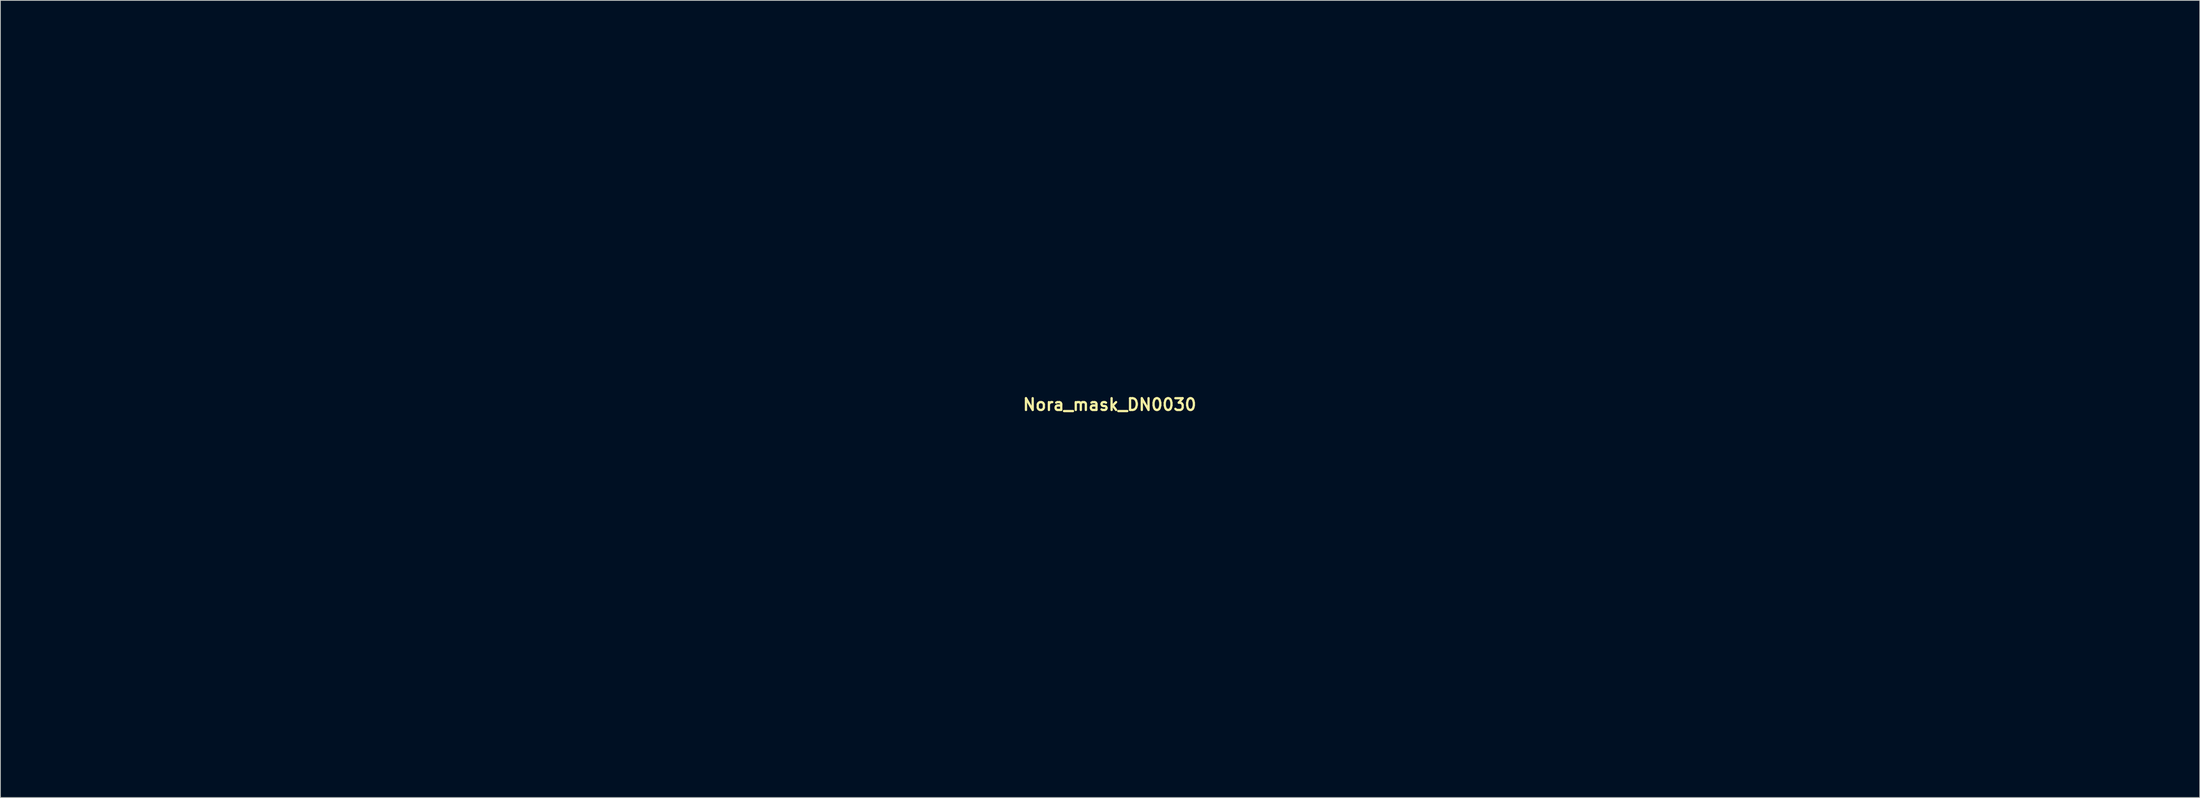
<source format=kicad_pcb>
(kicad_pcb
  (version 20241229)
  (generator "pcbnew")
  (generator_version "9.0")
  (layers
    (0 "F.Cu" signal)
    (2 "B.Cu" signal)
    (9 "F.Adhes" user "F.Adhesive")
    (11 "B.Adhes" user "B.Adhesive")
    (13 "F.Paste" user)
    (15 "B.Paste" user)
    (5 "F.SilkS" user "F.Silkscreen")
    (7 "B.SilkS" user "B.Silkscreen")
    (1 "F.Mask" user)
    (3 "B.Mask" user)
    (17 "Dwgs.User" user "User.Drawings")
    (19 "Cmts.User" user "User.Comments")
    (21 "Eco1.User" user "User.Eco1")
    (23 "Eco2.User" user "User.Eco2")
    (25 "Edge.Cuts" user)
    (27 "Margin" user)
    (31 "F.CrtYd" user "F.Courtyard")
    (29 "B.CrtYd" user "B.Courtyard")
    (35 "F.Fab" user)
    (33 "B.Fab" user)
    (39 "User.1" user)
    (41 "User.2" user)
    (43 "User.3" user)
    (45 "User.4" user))
  (footprint "Nora_mask_DN0030"
    (layer "F.Cu")
    (at 140.846 49.451)
    (property "Reference" "Nora_mask_DN0030" (at 0 0 0) (layer "F.SilkS") (effects (font (size 1.524 1.524) (thickness 0.3))))
    (attr through_hole)
    (fp_poly (pts (xy 104.531 35.359) (xy 104.842 35.364) (xy 105.756 35.384) (xy 104.846 36.964) (xy 103.936 38.545) (xy 103.774 38.271) (xy 103.689 38.127) (xy 103.548 37.884) (xy 103.363 37.565) (xy 103.147 37.193) (xy 102.915 36.79) (xy 102.857 36.69) (xy 102.103 35.384) (xy 103.015 35.364) (xy 103.481 35.358) (xy 104.012 35.356) (xy 104.531 35.359)) (stroke (width 0.01) (type solid)) (fill yes) (layer "F.Mask"))
    (fp_poly (pts (xy -138.971 -43.034) (xy -138.861 -42.874) (xy -138.701 -42.624) (xy -138.503 -42.299) (xy -138.275 -41.915) (xy -138.066 -41.556) (xy -137.173 -40.005) (xy -140.841 -40.005) (xy -140.593 -40.446) (xy -140.306 -40.953) (xy -140.027 -41.44) (xy -139.765 -41.89) (xy -139.529 -42.291) (xy -139.327 -42.625) (xy -139.169 -42.88) (xy -139.063 -43.039) (xy -139.021 -43.088) (xy -138.971 -43.034)) (stroke (width 0.01) (type solid)) (fill yes) (layer "F.Mask"))
    (fp_poly (pts (xy -4.788 -36.742) (xy -4.674 -36.568) (xy -4.509 -36.301) (xy -4.301 -35.956) (xy -4.06 -35.547) (xy -3.795 -35.089) (xy -3.513 -34.598) (xy -3.27 -34.167) (xy -3.022 -33.726) (xy -6.69 -33.726) (xy -5.797 -35.276) (xy -5.552 -35.697) (xy -5.327 -36.072) (xy -5.134 -36.387) (xy -4.982 -36.625) (xy -4.88 -36.77) (xy -4.841 -36.808) (xy -4.788 -36.742)) (stroke (width 0.01) (type solid)) (fill yes) (layer "F.Mask"))
    (fp_poly (pts (xy 50.131 41.638) (xy 50.448 41.643) (xy 51.367 41.663) (xy 50.513 43.145) (xy 50.272 43.562) (xy 50.053 43.943) (xy 49.866 44.267) (xy 49.722 44.518) (xy 49.631 44.677) (xy 49.604 44.724) (xy 49.547 44.786) (xy 49.487 44.724) (xy 49.436 44.637) (xy 49.324 44.447) (xy 49.163 44.17) (xy 48.963 43.826) (xy 48.735 43.432) (xy 48.569 43.145) (xy 47.713 41.663) (xy 48.621 41.643) (xy 49.084 41.637) (xy 49.612 41.635) (xy 50.131 41.638)) (stroke (width 0.01) (type solid)) (fill yes) (layer "F.Mask"))
    (fp_poly (pts (xy 134.539 -45.872) (xy 134.427 -45.675) (xy 134.261 -45.384) (xy 134.057 -45.028) (xy 133.833 -44.636) (xy 133.632 -44.284) (xy 132.962 -43.112) (xy 131.145 -43.111) (xy 130.655 -43.113) (xy 130.216 -43.118) (xy 129.845 -43.127) (xy 129.561 -43.138) (xy 129.383 -43.151) (xy 129.328 -43.165) (xy 129.362 -43.239) (xy 129.458 -43.417) (xy 129.605 -43.683) (xy 129.795 -44.02) (xy 130.018 -44.409) (xy 130.205 -44.735) (xy 131.082 -46.249) (xy 134.775 -46.287) (xy 134.539 -45.872)) (stroke (width 0.01) (type solid)) (fill yes) (layer "F.Mask"))
    (fp_poly (pts (xy -33.812 -43.051) (xy -33.706 -42.884) (xy -33.547 -42.626) (xy -33.346 -42.289) (xy -33.111 -41.891) (xy -32.851 -41.446) (xy -32.575 -40.969) (xy -32.291 -40.475) (xy -32.054 -40.058) (xy -32.113 -40.044) (xy -32.295 -40.031) (xy -32.582 -40.02) (xy -32.956 -40.012) (xy -33.399 -40.007) (xy -33.859 -40.005) (xy -35.695 -40.005) (xy -34.8 -41.557) (xy -34.555 -41.979) (xy -34.332 -42.357) (xy -34.141 -42.675) (xy -33.991 -42.918) (xy -33.893 -43.067) (xy -33.858 -43.109) (xy -33.812 -43.051)) (stroke (width 0.01) (type solid)) (fill yes) (layer "F.Mask"))
    (fp_poly (pts (xy 128.489 29.082) (xy 128.881 29.085) (xy 130.653 29.104) (xy 128.85 32.209) (xy 127 32.227) (xy 125.15 32.246) (xy 125.286 32.016) (xy 125.361 31.887) (xy 125.493 31.657) (xy 125.671 31.349) (xy 125.882 30.984) (xy 126.112 30.584) (xy 126.185 30.456) (xy 126.413 30.065) (xy 126.622 29.716) (xy 126.799 29.429) (xy 126.933 29.22) (xy 127.015 29.11) (xy 127.029 29.097) (xy 127.119 29.089) (xy 127.33 29.084) (xy 127.642 29.081) (xy 128.035 29.08) (xy 128.489 29.082)) (stroke (width 0.01) (type solid)) (fill yes) (layer "F.Mask"))
    (fp_poly (pts (xy -51.944 -49.331) (xy -51.84 -49.167) (xy -51.686 -48.915) (xy -51.493 -48.593) (xy -51.27 -48.217) (xy -51.029 -47.806) (xy -50.779 -47.375) (xy -50.53 -46.943) (xy -50.293 -46.527) (xy -50.186 -46.337) (xy -50.246 -46.323) (xy -50.428 -46.31) (xy -50.715 -46.3) (xy -51.089 -46.291) (xy -51.531 -46.286) (xy -51.991 -46.284) (xy -53.826 -46.284) (xy -52.931 -47.837) (xy -52.686 -48.258) (xy -52.463 -48.637) (xy -52.272 -48.955) (xy -52.122 -49.197) (xy -52.024 -49.347) (xy -51.989 -49.389) (xy -51.944 -49.331)) (stroke (width 0.01) (type solid)) (fill yes) (layer "F.Mask"))
    (fp_poly (pts (xy 13.338 -49.379) (xy 13.436 -49.21) (xy 13.581 -48.959) (xy 13.761 -48.648) (xy 13.963 -48.296) (xy 14.176 -47.925) (xy 14.388 -47.555) (xy 14.588 -47.206) (xy 14.763 -46.899) (xy 14.902 -46.654) (xy 14.993 -46.493) (xy 15.02 -46.443) (xy 15.104 -46.284) (xy 11.433 -46.284) (xy 11.774 -46.867) (xy 11.933 -47.139) (xy 12.14 -47.495) (xy 12.372 -47.895) (xy 12.606 -48.3) (xy 12.697 -48.458) (xy 12.892 -48.792) (xy 13.061 -49.077) (xy 13.193 -49.293) (xy 13.275 -49.42) (xy 13.297 -49.446) (xy 13.338 -49.379)) (stroke (width 0.01) (type solid)) (fill yes) (layer "F.Mask"))
    (fp_poly (pts (xy 33.153 -46.126) (xy 33.093 -46.019) (xy 32.975 -45.81) (xy 32.809 -45.521) (xy 32.609 -45.171) (xy 32.385 -44.782) (xy 32.315 -44.662) (xy 32.087 -44.267) (xy 31.88 -43.907) (xy 31.705 -43.603) (xy 31.574 -43.374) (xy 31.499 -43.241) (xy 31.489 -43.223) (xy 31.444 -43.17) (xy 31.39 -43.185) (xy 31.309 -43.287) (xy 31.183 -43.49) (xy 31.134 -43.575) (xy 31.003 -43.802) (xy 30.82 -44.118) (xy 30.604 -44.492) (xy 30.373 -44.892) (xy 30.21 -45.173) (xy 29.568 -46.284) (xy 33.237 -46.284) (xy 33.153 -46.126)) (stroke (width 0.01) (type solid)) (fill yes) (layer "F.Mask"))
    (fp_poly (pts (xy -68.705 -43.167) (xy -68.274 -43.164) (xy -66.466 -43.145) (xy -67.364 -41.577) (xy -67.609 -41.153) (xy -67.83 -40.772) (xy -68.02 -40.451) (xy -68.168 -40.205) (xy -68.264 -40.052) (xy -68.299 -40.007) (xy -68.342 -40.065) (xy -68.446 -40.229) (xy -68.601 -40.484) (xy -68.796 -40.812) (xy -69.022 -41.198) (xy -69.235 -41.567) (xy -69.478 -41.991) (xy -69.694 -42.373) (xy -69.874 -42.697) (xy -70.009 -42.947) (xy -70.09 -43.105) (xy -70.109 -43.156) (xy -70.034 -43.162) (xy -69.838 -43.167) (xy -69.538 -43.169) (xy -69.154 -43.169) (xy -68.705 -43.167)) (stroke (width 0.01) (type solid)) (fill yes) (layer "F.Mask"))
    (fp_poly (pts (xy 32.825 -36.888) (xy 33.255 -36.884) (xy 35.064 -36.865) (xy 34.165 -35.297) (xy 33.921 -34.873) (xy 33.699 -34.492) (xy 33.509 -34.171) (xy 33.361 -33.926) (xy 33.264 -33.773) (xy 33.23 -33.728) (xy 33.186 -33.786) (xy 33.082 -33.95) (xy 32.928 -34.204) (xy 32.732 -34.533) (xy 32.506 -34.919) (xy 32.293 -35.287) (xy 32.05 -35.711) (xy 31.834 -36.093) (xy 31.655 -36.417) (xy 31.52 -36.667) (xy 31.439 -36.825) (xy 31.42 -36.876) (xy 31.495 -36.883) (xy 31.692 -36.887) (xy 31.992 -36.89) (xy 32.376 -36.89) (xy 32.825 -36.888)) (stroke (width 0.01) (type solid)) (fill yes) (layer "F.Mask"))
    (fp_poly (pts (xy -110.545 -36.889) (xy -110.257 -36.885) (xy -110.074 -36.88) (xy -110.016 -36.873) (xy -110.041 -36.807) (xy -110.127 -36.639) (xy -110.263 -36.39) (xy -110.436 -36.079) (xy -110.635 -35.725) (xy -110.85 -35.349) (xy -111.069 -34.971) (xy -111.28 -34.61) (xy -111.472 -34.286) (xy -111.633 -34.019) (xy -111.752 -33.829) (xy -111.819 -33.735) (xy -111.827 -33.728) (xy -111.871 -33.788) (xy -111.975 -33.954) (xy -112.129 -34.21) (xy -112.323 -34.54) (xy -112.548 -34.927) (xy -112.761 -35.298) (xy -113.657 -36.865) (xy -111.851 -36.884) (xy -111.361 -36.888) (xy -110.919 -36.89) (xy -110.545 -36.889)) (stroke (width 0.01) (type solid)) (fill yes) (layer "F.Mask"))
    (fp_poly (pts (xy -92.413 -43.168) (xy -92.125 -43.165) (xy -91.942 -43.16) (xy -91.884 -43.154) (xy -91.91 -43.088) (xy -91.996 -42.92) (xy -92.131 -42.671) (xy -92.305 -42.36) (xy -92.505 -42.007) (xy -92.72 -41.631) (xy -92.938 -41.253) (xy -93.149 -40.891) (xy -93.341 -40.567) (xy -93.502 -40.3) (xy -93.621 -40.109) (xy -93.687 -40.014) (xy -93.696 -40.007) (xy -93.739 -40.067) (xy -93.843 -40.232) (xy -93.997 -40.488) (xy -94.191 -40.818) (xy -94.416 -41.206) (xy -94.629 -41.577) (xy -95.525 -43.145) (xy -93.719 -43.164) (xy -93.229 -43.168) (xy -92.787 -43.169) (xy -92.413 -43.168)) (stroke (width 0.01) (type solid)) (fill yes) (layer "F.Mask"))
    (fp_poly (pts (xy 92.511 25.906) (xy 92.8 25.909) (xy 92.984 25.915) (xy 93.043 25.921) (xy 93.018 25.988) (xy 92.932 26.156) (xy 92.797 26.405) (xy 92.625 26.717) (xy 92.425 27.071) (xy 92.211 27.447) (xy 91.992 27.825) (xy 91.782 28.186) (xy 91.59 28.51) (xy 91.429 28.777) (xy 91.31 28.967) (xy 91.244 29.061) (xy 91.235 29.067) (xy 91.19 29.008) (xy 91.085 28.842) (xy 90.93 28.586) (xy 90.734 28.257) (xy 90.508 27.869) (xy 90.293 27.497) (xy 89.393 25.929) (xy 91.203 25.91) (xy 91.694 25.906) (xy 92.136 25.905) (xy 92.511 25.906)) (stroke (width 0.01) (type solid)) (fill yes) (layer "F.Mask"))
    (fp_poly (pts (xy -136.287 43.173) (xy -136.044 43.595) (xy -135.827 43.977) (xy -135.644 44.301) (xy -135.505 44.551) (xy -135.419 44.71) (xy -135.396 44.76) (xy -135.464 44.772) (xy -135.654 44.782) (xy -135.947 44.791) (xy -136.326 44.797) (xy -136.772 44.801) (xy -137.213 44.802) (xy -139.03 44.802) (xy -139.912 43.274) (xy -140.155 42.853) (xy -140.374 42.471) (xy -140.559 42.147) (xy -140.702 41.896) (xy -140.791 41.737) (xy -140.817 41.687) (xy -140.756 41.671) (xy -140.572 41.657) (xy -140.284 41.645) (xy -139.909 41.636) (xy -139.466 41.63) (xy -139.009 41.628) (xy -137.178 41.628) (xy -136.287 43.173)) (stroke (width 0.01) (type solid)) (fill yes) (layer "F.Mask"))
    (fp_poly (pts (xy -100.019 -44.741) (xy -99.777 -44.319) (xy -99.56 -43.937) (xy -99.377 -43.613) (xy -99.239 -43.363) (xy -99.154 -43.204) (xy -99.131 -43.154) (xy -99.198 -43.142) (xy -99.388 -43.131) (xy -99.682 -43.122) (xy -100.061 -43.115) (xy -100.507 -43.111) (xy -100.947 -43.11) (xy -102.764 -43.11) (xy -103.646 -44.638) (xy -103.889 -45.059) (xy -104.108 -45.441) (xy -104.294 -45.766) (xy -104.436 -46.016) (xy -104.525 -46.175) (xy -104.552 -46.225) (xy -104.491 -46.241) (xy -104.307 -46.255) (xy -104.018 -46.267) (xy -103.643 -46.277) (xy -103.2 -46.283) (xy -102.742 -46.284) (xy -100.908 -46.284) (xy -100.019 -44.741)) (stroke (width 0.01) (type solid)) (fill yes) (layer "F.Mask"))
    (fp_poly (pts (xy -45.28 -43.168) (xy -44.992 -43.164) (xy -44.809 -43.159) (xy -44.751 -43.152) (xy -44.778 -43.087) (xy -44.863 -42.92) (xy -44.997 -42.672) (xy -45.168 -42.361) (xy -45.364 -42.008) (xy -45.575 -41.634) (xy -45.788 -41.257) (xy -45.993 -40.899) (xy -46.178 -40.579) (xy -46.331 -40.318) (xy -46.443 -40.135) (xy -46.499 -40.052) (xy -46.574 -40.047) (xy -46.612 -40.087) (xy -46.663 -40.172) (xy -46.774 -40.361) (xy -46.935 -40.637) (xy -47.135 -40.98) (xy -47.364 -41.374) (xy -47.531 -41.663) (xy -48.39 -43.145) (xy -46.586 -43.164) (xy -46.096 -43.168) (xy -45.654 -43.169) (xy -45.28 -43.168)) (stroke (width 0.01) (type solid)) (fill yes) (layer "F.Mask"))
    (fp_poly (pts (xy 87.058 -46.272) (xy 87.351 -46.269) (xy 87.538 -46.263) (xy 87.599 -46.257) (xy 87.656 -46.19) (xy 87.77 -46.018) (xy 87.931 -45.76) (xy 88.128 -45.435) (xy 88.347 -45.06) (xy 88.421 -44.933) (xy 88.654 -44.529) (xy 88.872 -44.15) (xy 89.063 -43.82) (xy 89.213 -43.561) (xy 89.309 -43.396) (xy 89.322 -43.374) (xy 89.478 -43.109) (xy 85.8 -43.109) (xy 85.42 -43.762) (xy 85.237 -44.076) (xy 85.011 -44.465) (xy 84.768 -44.883) (xy 84.536 -45.283) (xy 84.507 -45.332) (xy 83.975 -46.249) (xy 85.748 -46.268) (xy 86.237 -46.272) (xy 86.68 -46.274) (xy 87.058 -46.272)) (stroke (width 0.01) (type solid)) (fill yes) (layer "F.Mask"))
    (fp_poly (pts (xy -128.677 -43.168) (xy -128.389 -43.164) (xy -128.206 -43.159) (xy -128.148 -43.152) (xy -128.175 -43.087) (xy -128.261 -42.921) (xy -128.395 -42.672) (xy -128.565 -42.361) (xy -128.762 -42.008) (xy -128.973 -41.634) (xy -129.186 -41.257) (xy -129.391 -40.898) (xy -129.577 -40.578) (xy -129.731 -40.316) (xy -129.844 -40.132) (xy -129.901 -40.048) (xy -129.965 -40.063) (xy -130.065 -40.176) (xy -130.118 -40.258) (xy -130.202 -40.402) (xy -130.344 -40.644) (xy -130.529 -40.963) (xy -130.744 -41.335) (xy -130.977 -41.738) (xy -131.035 -41.838) (xy -131.789 -43.145) (xy -129.984 -43.164) (xy -129.494 -43.168) (xy -129.052 -43.169) (xy -128.677 -43.168)) (stroke (width 0.01) (type solid)) (fill yes) (layer "F.Mask"))
    (fp_poly (pts (xy 15.131 -39.965) (xy 15.207 -39.847) (xy 15.33 -39.643) (xy 15.505 -39.346) (xy 15.734 -38.95) (xy 16.022 -38.449) (xy 16.373 -37.837) (xy 16.71 -37.244) (xy 16.946 -36.83) (xy 15.099 -36.83) (xy 14.607 -36.832) (xy 14.166 -36.838) (xy 13.794 -36.848) (xy 13.51 -36.86) (xy 13.331 -36.874) (xy 13.276 -36.889) (xy 13.325 -36.985) (xy 13.431 -37.176) (xy 13.583 -37.442) (xy 13.768 -37.766) (xy 13.977 -38.125) (xy 14.197 -38.502) (xy 14.416 -38.875) (xy 14.623 -39.225) (xy 14.806 -39.533) (xy 14.954 -39.778) (xy 15.056 -39.942) (xy 15.099 -40.003) (xy 15.099 -40.003) (xy 15.131 -39.965)) (stroke (width 0.01) (type solid)) (fill yes) (layer "F.Mask"))
    (fp_poly (pts (xy 82.217 7.203) (xy 82.321 7.36) (xy 82.472 7.599) (xy 82.657 7.902) (xy 82.864 8.247) (xy 83.082 8.615) (xy 83.3 8.986) (xy 83.505 9.34) (xy 83.685 9.657) (xy 83.829 9.917) (xy 83.925 10.101) (xy 83.961 10.187) (xy 83.961 10.188) (xy 83.894 10.199) (xy 83.704 10.21) (xy 83.41 10.219) (xy 83.031 10.225) (xy 82.586 10.229) (xy 82.156 10.231) (xy 80.351 10.231) (xy 80.599 9.79) (xy 80.887 9.279) (xy 81.167 8.791) (xy 81.43 8.339) (xy 81.666 7.939) (xy 81.868 7.605) (xy 82.025 7.353) (xy 82.13 7.196) (xy 82.17 7.149) (xy 82.217 7.203)) (stroke (width 0.01) (type solid)) (fill yes) (layer "F.Mask"))
    (fp_poly (pts (xy -4.374 41.629) (xy -3.932 41.632) (xy -3.559 41.637) (xy -3.272 41.643) (xy -3.091 41.65) (xy -3.034 41.657) (xy -3.067 41.722) (xy -3.16 41.889) (xy -3.301 42.138) (xy -3.478 42.449) (xy -3.68 42.803) (xy -3.895 43.179) (xy -4.113 43.557) (xy -4.321 43.918) (xy -4.508 44.241) (xy -4.663 44.507) (xy -4.774 44.695) (xy -4.83 44.786) (xy -4.834 44.791) (xy -4.876 44.745) (xy -4.971 44.605) (xy -5.098 44.397) (xy -5.136 44.332) (xy -5.266 44.107) (xy -5.448 43.793) (xy -5.664 43.42) (xy -5.894 43.02) (xy -6.057 42.739) (xy -6.698 41.628) (xy -4.866 41.628) (xy -4.374 41.629)) (stroke (width 0.01) (type solid)) (fill yes) (layer "F.Mask"))
    (fp_poly (pts (xy -129.887 29.227) (xy -129.776 29.378) (xy -129.62 29.619) (xy -129.413 29.961) (xy -129.148 30.414) (xy -129.044 30.595) (xy -128.801 31.017) (xy -128.582 31.398) (xy -128.397 31.723) (xy -128.255 31.974) (xy -128.167 32.133) (xy -128.141 32.183) (xy -128.202 32.199) (xy -128.386 32.214) (xy -128.674 32.226) (xy -129.05 32.236) (xy -129.494 32.242) (xy -129.963 32.244) (xy -131.809 32.244) (xy -131.671 32.015) (xy -131.594 31.884) (xy -131.46 31.654) (xy -131.283 31.346) (xy -131.075 30.983) (xy -130.849 30.589) (xy -130.807 30.515) (xy -130.585 30.128) (xy -130.382 29.78) (xy -130.211 29.491) (xy -130.083 29.28) (xy -130.01 29.167) (xy -130.002 29.157) (xy -129.96 29.157) (xy -129.887 29.227)) (stroke (width 0.01) (type solid)) (fill yes) (layer "F.Mask"))
    (fp_poly (pts (xy -64.666 29.17) (xy -64.564 29.32) (xy -64.414 29.554) (xy -64.229 29.851) (xy -64.02 30.193) (xy -63.799 30.56) (xy -63.577 30.932) (xy -63.366 31.29) (xy -63.178 31.615) (xy -63.025 31.887) (xy -62.917 32.087) (xy -62.867 32.195) (xy -62.865 32.206) (xy -62.932 32.216) (xy -63.123 32.225) (xy -63.417 32.233) (xy -63.797 32.239) (xy -64.244 32.243) (xy -64.705 32.244) (xy -66.545 32.244) (xy -66.405 32.015) (xy -66.328 31.885) (xy -66.193 31.656) (xy -66.014 31.348) (xy -65.804 30.984) (xy -65.574 30.587) (xy -65.512 30.48) (xy -65.287 30.091) (xy -65.085 29.744) (xy -64.915 29.456) (xy -64.789 29.247) (xy -64.719 29.136) (xy -64.71 29.123) (xy -64.666 29.17)) (stroke (width 0.01) (type solid)) (fill yes) (layer "F.Mask"))
    (fp_poly (pts (xy 61.33 27.466) (xy 61.574 27.893) (xy 61.792 28.28) (xy 61.976 28.61) (xy 62.117 28.866) (xy 62.204 29.031) (xy 62.23 29.088) (xy 62.162 29.099) (xy 61.969 29.109) (xy 61.668 29.117) (xy 61.273 29.124) (xy 60.802 29.13) (xy 60.27 29.134) (xy 59.694 29.137) (xy 59.089 29.138) (xy 58.472 29.138) (xy 57.859 29.137) (xy 57.266 29.135) (xy 56.709 29.131) (xy 56.204 29.126) (xy 55.768 29.119) (xy 55.415 29.111) (xy 55.164 29.102) (xy 55.028 29.092) (xy 55.01 29.087) (xy 55.035 29.014) (xy 55.122 28.836) (xy 55.263 28.57) (xy 55.448 28.233) (xy 55.668 27.842) (xy 55.874 27.481) (xy 56.771 25.929) (xy 60.431 25.894) (xy 61.33 27.466)) (stroke (width 0.01) (type solid)) (fill yes) (layer "F.Mask"))
    (fp_poly (pts (xy -19.354 -49.353) (xy -19.238 -49.202) (xy -19.058 -48.928) (xy -18.815 -48.53) (xy -18.509 -48.009) (xy -18.461 -47.926) (xy -18.218 -47.502) (xy -18 -47.12) (xy -17.817 -46.794) (xy -17.678 -46.543) (xy -17.592 -46.383) (xy -17.568 -46.331) (xy -17.636 -46.318) (xy -17.826 -46.307) (xy -18.119 -46.298) (xy -18.498 -46.29) (xy -18.942 -46.286) (xy -19.367 -46.284) (xy -19.855 -46.285) (xy -20.292 -46.288) (xy -20.66 -46.292) (xy -20.941 -46.298) (xy -21.116 -46.304) (xy -21.167 -46.31) (xy -21.133 -46.375) (xy -21.038 -46.546) (xy -20.891 -46.804) (xy -20.703 -47.134) (xy -20.482 -47.517) (xy -20.314 -47.809) (xy -20.073 -48.225) (xy -19.854 -48.604) (xy -19.667 -48.927) (xy -19.523 -49.176) (xy -19.433 -49.334) (xy -19.407 -49.379) (xy -19.354 -49.353)) (stroke (width 0.01) (type solid)) (fill yes) (layer "F.Mask"))
    (fp_poly (pts (xy 40.97 -43.178) (xy 41.417 -43.171) (xy 41.785 -43.16) (xy 42.06 -43.147) (xy 42.223 -43.13) (xy 42.263 -43.116) (xy 42.229 -43.041) (xy 42.136 -42.864) (xy 41.994 -42.607) (xy 41.817 -42.289) (xy 41.615 -41.933) (xy 41.4 -41.557) (xy 41.185 -41.183) (xy 40.981 -40.831) (xy 40.799 -40.522) (xy 40.652 -40.277) (xy 40.551 -40.115) (xy 40.512 -40.061) (xy 40.461 -40.101) (xy 40.349 -40.252) (xy 40.186 -40.5) (xy 39.981 -40.83) (xy 39.741 -41.231) (xy 39.557 -41.547) (xy 39.314 -41.97) (xy 39.096 -42.352) (xy 38.913 -42.677) (xy 38.774 -42.927) (xy 38.688 -43.086) (xy 38.664 -43.137) (xy 38.732 -43.149) (xy 38.922 -43.159) (xy 39.215 -43.168) (xy 39.594 -43.175) (xy 40.039 -43.179) (xy 40.464 -43.18) (xy 40.97 -43.178)) (stroke (width 0.01) (type solid)) (fill yes) (layer "F.Mask"))
    (fp_poly (pts (xy -129.441 44.734) (xy -129.004 44.739) (xy -128.635 44.746) (xy -128.355 44.756) (xy -128.18 44.767) (xy -128.129 44.778) (xy -128.163 44.854) (xy -128.257 45.03) (xy -128.399 45.285) (xy -128.578 45.601) (xy -128.783 45.956) (xy -129.001 46.331) (xy -129.221 46.708) (xy -129.432 47.064) (xy -129.622 47.382) (xy -129.78 47.64) (xy -129.893 47.82) (xy -129.951 47.902) (xy -129.955 47.904) (xy -130.001 47.845) (xy -130.106 47.68) (xy -130.261 47.425) (xy -130.456 47.097) (xy -130.68 46.713) (xy -130.863 46.395) (xy -131.102 45.976) (xy -131.316 45.595) (xy -131.494 45.27) (xy -131.628 45.019) (xy -131.708 44.859) (xy -131.727 44.81) (xy -131.676 44.784) (xy -131.516 44.763) (xy -131.241 44.748) (xy -130.844 44.738) (xy -130.318 44.733) (xy -129.928 44.732) (xy -129.441 44.734)) (stroke (width 0.01) (type solid)) (fill yes) (layer "F.Mask"))
    (fp_poly (pts (xy -113.585 32.343) (xy -113.478 32.502) (xy -113.326 32.744) (xy -113.139 33.049) (xy -112.93 33.397) (xy -112.71 33.768) (xy -112.492 34.141) (xy -112.287 34.498) (xy -112.106 34.818) (xy -111.962 35.08) (xy -111.866 35.266) (xy -111.831 35.354) (xy -111.831 35.355) (xy -111.898 35.373) (xy -112.091 35.389) (xy -112.393 35.402) (xy -112.787 35.412) (xy -113.258 35.418) (xy -113.63 35.419) (xy -114.145 35.416) (xy -114.596 35.41) (xy -114.965 35.399) (xy -115.236 35.385) (xy -115.394 35.368) (xy -115.429 35.355) (xy -115.395 35.271) (xy -115.3 35.089) (xy -115.157 34.828) (xy -114.978 34.51) (xy -114.773 34.153) (xy -114.555 33.778) (xy -114.336 33.406) (xy -114.128 33.057) (xy -113.941 32.75) (xy -113.789 32.506) (xy -113.683 32.345) (xy -113.634 32.287) (xy -113.585 32.343)) (stroke (width 0.01) (type solid)) (fill yes) (layer "F.Mask"))
    (fp_poly (pts (xy -104.071 44.734) (xy -103.63 44.741) (xy -103.258 44.75) (xy -102.974 44.762) (xy -102.796 44.777) (xy -102.741 44.792) (xy -102.79 44.89) (xy -102.897 45.083) (xy -103.049 45.352) (xy -103.236 45.677) (xy -103.445 46.037) (xy -103.665 46.414) (xy -103.884 46.787) (xy -104.091 47.137) (xy -104.274 47.444) (xy -104.421 47.687) (xy -104.522 47.849) (xy -104.564 47.907) (xy -104.564 47.907) (xy -104.609 47.849) (xy -104.713 47.684) (xy -104.868 47.43) (xy -105.063 47.102) (xy -105.288 46.718) (xy -105.483 46.381) (xy -105.726 45.959) (xy -105.944 45.578) (xy -106.129 45.253) (xy -106.271 45.002) (xy -106.36 44.843) (xy -106.386 44.793) (xy -106.325 44.777) (xy -106.141 44.762) (xy -105.852 44.75) (xy -105.477 44.74) (xy -105.033 44.734) (xy -104.563 44.732) (xy -104.071 44.734)) (stroke (width 0.01) (type solid)) (fill yes) (layer "F.Mask"))
    (fp_poly (pts (xy -17.528 -39.911) (xy -17.425 -39.761) (xy -17.275 -39.529) (xy -17.09 -39.232) (xy -16.881 -38.891) (xy -16.661 -38.524) (xy -16.44 -38.151) (xy -16.23 -37.793) (xy -16.043 -37.467) (xy -15.891 -37.194) (xy -15.784 -36.994) (xy -15.736 -36.884) (xy -15.734 -36.875) (xy -15.801 -36.862) (xy -15.991 -36.852) (xy -16.285 -36.843) (xy -16.663 -36.836) (xy -17.108 -36.831) (xy -17.533 -36.83) (xy -18.02 -36.832) (xy -18.457 -36.839) (xy -18.826 -36.849) (xy -19.106 -36.861) (xy -19.281 -36.876) (xy -19.332 -36.891) (xy -19.298 -36.965) (xy -19.205 -37.14) (xy -19.064 -37.396) (xy -18.886 -37.712) (xy -18.684 -38.069) (xy -18.469 -38.444) (xy -18.253 -38.819) (xy -18.048 -39.172) (xy -17.865 -39.483) (xy -17.717 -39.731) (xy -17.615 -39.897) (xy -17.573 -39.957) (xy -17.528 -39.911)) (stroke (width 0.01) (type solid)) (fill yes) (layer "F.Mask"))
    (fp_poly (pts (xy 137.047 41.63) (xy 137.485 41.634) (xy 137.853 41.642) (xy 138.134 41.652) (xy 138.308 41.663) (xy 138.359 41.674) (xy 138.326 41.744) (xy 138.234 41.915) (xy 138.093 42.166) (xy 137.917 42.479) (xy 137.716 42.833) (xy 137.501 43.209) (xy 137.284 43.586) (xy 137.077 43.945) (xy 136.89 44.265) (xy 136.735 44.528) (xy 136.624 44.712) (xy 136.569 44.799) (xy 136.564 44.803) (xy 136.526 44.744) (xy 136.427 44.58) (xy 136.276 44.325) (xy 136.085 43.997) (xy 135.861 43.612) (xy 135.654 43.252) (xy 135.411 42.829) (xy 135.193 42.447) (xy 135.01 42.123) (xy 134.871 41.873) (xy 134.785 41.715) (xy 134.761 41.665) (xy 134.829 41.655) (xy 135.018 41.646) (xy 135.312 41.638) (xy 135.69 41.632) (xy 136.135 41.629) (xy 136.56 41.628) (xy 137.047 41.63)) (stroke (width 0.01) (type solid)) (fill yes) (layer "F.Mask"))
    (fp_poly (pts (xy -113.143 -46.283) (xy -112.705 -46.279) (xy -112.337 -46.273) (xy -112.056 -46.265) (xy -111.882 -46.256) (xy -111.831 -46.247) (xy -111.864 -46.18) (xy -111.957 -46.01) (xy -112.097 -45.76) (xy -112.273 -45.449) (xy -112.473 -45.097) (xy -112.686 -44.726) (xy -112.899 -44.355) (xy -113.102 -44.005) (xy -113.281 -43.696) (xy -113.427 -43.449) (xy -113.526 -43.285) (xy -113.557 -43.235) (xy -113.591 -43.212) (xy -113.642 -43.236) (xy -113.716 -43.318) (xy -113.824 -43.47) (xy -113.972 -43.706) (xy -114.17 -44.035) (xy -114.424 -44.472) (xy -114.534 -44.662) (xy -114.778 -45.085) (xy -114.996 -45.466) (xy -115.18 -45.79) (xy -115.319 -46.039) (xy -115.405 -46.197) (xy -115.429 -46.247) (xy -115.361 -46.257) (xy -115.172 -46.266) (xy -114.878 -46.274) (xy -114.5 -46.28) (xy -114.055 -46.283) (xy -113.63 -46.284) (xy -113.143 -46.283)) (stroke (width 0.01) (type solid)) (fill yes) (layer "F.Mask"))
    (fp_poly (pts (xy -70.077 44.862) (xy -69.975 45.022) (xy -69.826 45.266) (xy -69.642 45.573) (xy -69.435 45.924) (xy -69.215 46.298) (xy -68.996 46.675) (xy -68.788 47.037) (xy -68.603 47.363) (xy -68.452 47.633) (xy -68.347 47.827) (xy -68.299 47.926) (xy -68.298 47.933) (xy -68.365 47.945) (xy -68.555 47.956) (xy -68.849 47.965) (xy -69.227 47.972) (xy -69.672 47.977) (xy -70.097 47.978) (xy -70.692 47.976) (xy -71.156 47.97) (xy -71.499 47.959) (xy -71.73 47.943) (xy -71.859 47.922) (xy -71.896 47.896) (xy -71.863 47.814) (xy -71.77 47.633) (xy -71.629 47.372) (xy -71.452 47.053) (xy -71.251 46.696) (xy -71.036 46.32) (xy -70.82 45.945) (xy -70.614 45.593) (xy -70.43 45.282) (xy -70.279 45.034) (xy -70.172 44.868) (xy -70.122 44.804) (xy -70.121 44.804) (xy -70.077 44.862)) (stroke (width 0.01) (type solid)) (fill yes) (layer "F.Mask"))
    (fp_poly (pts (xy -55.562 38.583) (xy -55.457 38.746) (xy -55.308 38.991) (xy -55.125 39.299) (xy -54.92 39.65) (xy -54.704 40.024) (xy -54.489 40.401) (xy -54.287 40.76) (xy -54.109 41.081) (xy -53.966 41.345) (xy -53.871 41.53) (xy -53.834 41.617) (xy -53.834 41.619) (xy -53.882 41.646) (xy -54.032 41.666) (xy -54.291 41.682) (xy -54.669 41.692) (xy -55.173 41.697) (xy -55.633 41.698) (xy -56.12 41.697) (xy -56.557 41.692) (xy -56.926 41.684) (xy -57.207 41.674) (xy -57.381 41.663) (xy -57.432 41.652) (xy -57.398 41.575) (xy -57.305 41.399) (xy -57.162 41.143) (xy -56.983 40.827) (xy -56.779 40.471) (xy -56.561 40.095) (xy -56.341 39.719) (xy -56.13 39.362) (xy -55.94 39.045) (xy -55.783 38.786) (xy -55.67 38.607) (xy -55.613 38.527) (xy -55.609 38.525) (xy -55.562 38.583)) (stroke (width 0.01) (type solid)) (fill yes) (layer "F.Mask"))
    (fp_poly (pts (xy 4.76 44.733) (xy 5.192 44.736) (xy 5.512 44.743) (xy 5.736 44.754) (xy 5.88 44.77) (xy 5.958 44.792) (xy 5.985 44.821) (xy 5.985 44.837) (xy 5.944 44.93) (xy 5.845 45.12) (xy 5.699 45.386) (xy 5.519 45.709) (xy 5.316 46.069) (xy 5.102 46.444) (xy 4.887 46.816) (xy 4.684 47.163) (xy 4.505 47.465) (xy 4.36 47.703) (xy 4.262 47.856) (xy 4.223 47.905) (xy 4.176 47.847) (xy 4.07 47.683) (xy 3.914 47.429) (xy 3.718 47.101) (xy 3.491 46.715) (xy 3.288 46.364) (xy 3.045 45.942) (xy 2.828 45.56) (xy 2.645 45.235) (xy 2.507 44.986) (xy 2.422 44.827) (xy 2.399 44.777) (xy 2.466 44.765) (xy 2.656 44.754) (xy 2.95 44.745) (xy 3.329 44.738) (xy 3.774 44.734) (xy 4.203 44.732) (xy 4.76 44.733)) (stroke (width 0.01) (type solid)) (fill yes) (layer "F.Mask"))
    (fp_poly (pts (xy -88.209 38.582) (xy -88.106 38.743) (xy -87.957 38.986) (xy -87.773 39.291) (xy -87.566 39.64) (xy -87.348 40.011) (xy -87.13 40.385) (xy -86.924 40.742) (xy -86.742 41.062) (xy -86.595 41.325) (xy -86.495 41.511) (xy -86.457 41.591) (xy -86.458 41.624) (xy -86.5 41.65) (xy -86.598 41.669) (xy -86.768 41.682) (xy -87.023 41.691) (xy -87.38 41.696) (xy -87.853 41.698) (xy -88.222 41.698) (xy -88.827 41.696) (xy -89.299 41.69) (xy -89.647 41.678) (xy -89.878 41.662) (xy -90.002 41.639) (xy -90.029 41.619) (xy -89.995 41.537) (xy -89.903 41.355) (xy -89.762 41.095) (xy -89.585 40.776) (xy -89.384 40.418) (xy -89.169 40.042) (xy -88.953 39.668) (xy -88.747 39.315) (xy -88.562 39.004) (xy -88.411 38.755) (xy -88.304 38.589) (xy -88.254 38.525) (xy -88.253 38.525) (xy -88.209 38.582)) (stroke (width 0.01) (type solid)) (fill yes) (layer "F.Mask"))
    (fp_poly (pts (xy -22.928 38.608) (xy -22.822 38.774) (xy -22.67 39.021) (xy -22.483 39.332) (xy -22.274 39.684) (xy -22.054 40.059) (xy -21.835 40.435) (xy -21.629 40.794) (xy -21.447 41.114) (xy -21.302 41.376) (xy -21.205 41.559) (xy -21.167 41.644) (xy -21.167 41.645) (xy -21.234 41.66) (xy -21.424 41.673) (xy -21.718 41.683) (xy -22.096 41.692) (xy -22.541 41.697) (xy -22.971 41.698) (xy -23.528 41.697) (xy -23.959 41.694) (xy -24.28 41.687) (xy -24.504 41.677) (xy -24.648 41.661) (xy -24.726 41.639) (xy -24.753 41.61) (xy -24.753 41.594) (xy -24.709 41.491) (xy -24.608 41.294) (xy -24.46 41.023) (xy -24.278 40.698) (xy -24.073 40.339) (xy -23.856 39.965) (xy -23.641 39.597) (xy -23.437 39.255) (xy -23.257 38.96) (xy -23.112 38.73) (xy -23.014 38.586) (xy -22.977 38.546) (xy -22.928 38.608)) (stroke (width 0.01) (type solid)) (fill yes) (layer "F.Mask"))
    (fp_poly (pts (xy 111.236 44.863) (xy 111.341 45.025) (xy 111.49 45.27) (xy 111.673 45.578) (xy 111.878 45.93) (xy 112.093 46.305) (xy 112.308 46.684) (xy 112.511 47.046) (xy 112.691 47.372) (xy 112.835 47.641) (xy 112.934 47.835) (xy 112.975 47.932) (xy 112.974 47.939) (xy 112.895 47.951) (xy 112.7 47.961) (xy 112.411 47.969) (xy 112.052 47.974) (xy 111.645 47.977) (xy 111.213 47.977) (xy 110.778 47.975) (xy 110.364 47.972) (xy 109.993 47.966) (xy 109.688 47.958) (xy 109.472 47.948) (xy 109.367 47.936) (xy 109.361 47.932) (xy 109.395 47.856) (xy 109.489 47.68) (xy 109.631 47.425) (xy 109.81 47.11) (xy 110.015 46.754) (xy 110.233 46.378) (xy 110.454 46.002) (xy 110.665 45.645) (xy 110.855 45.328) (xy 111.012 45.069) (xy 111.126 44.889) (xy 111.183 44.807) (xy 111.187 44.804) (xy 111.236 44.863)) (stroke (width 0.01) (type solid)) (fill yes) (layer "F.Mask"))
    (fp_poly (pts (xy 120.749 44.734) (xy 121.186 44.739) (xy 121.555 44.746) (xy 121.835 44.756) (xy 122.01 44.768) (xy 122.061 44.779) (xy 122.028 44.849) (xy 121.935 45.02) (xy 121.795 45.272) (xy 121.618 45.585) (xy 121.417 45.939) (xy 121.202 46.315) (xy 120.985 46.692) (xy 120.777 47.051) (xy 120.59 47.371) (xy 120.435 47.633) (xy 120.324 47.817) (xy 120.268 47.903) (xy 120.264 47.907) (xy 120.21 47.861) (xy 120.174 47.819) (xy 120.106 47.716) (xy 119.985 47.517) (xy 119.824 47.243) (xy 119.633 46.914) (xy 119.424 46.552) (xy 119.211 46.176) (xy 119.003 45.809) (xy 118.814 45.469) (xy 118.654 45.18) (xy 118.536 44.96) (xy 118.471 44.831) (xy 118.463 44.807) (xy 118.527 44.781) (xy 118.722 44.76) (xy 119.049 44.745) (xy 119.512 44.736) (xy 120.113 44.732) (xy 120.262 44.732) (xy 120.749 44.734)) (stroke (width 0.01) (type solid)) (fill yes) (layer "F.Mask"))
    (fp_poly (pts (xy -82.234 44.733) (xy -81.805 44.736) (xy -81.487 44.742) (xy -81.264 44.753) (xy -81.122 44.768) (xy -81.046 44.789) (xy -81.021 44.817) (xy -81.024 44.839) (xy -81.07 44.93) (xy -81.173 45.117) (xy -81.321 45.381) (xy -81.503 45.701) (xy -81.708 46.059) (xy -81.923 46.433) (xy -82.137 46.803) (xy -82.34 47.151) (xy -82.518 47.455) (xy -82.661 47.696) (xy -82.757 47.853) (xy -82.794 47.907) (xy -82.849 47.861) (xy -82.884 47.819) (xy -82.952 47.717) (xy -83.072 47.518) (xy -83.233 47.245) (xy -83.424 46.916) (xy -83.632 46.554) (xy -83.846 46.178) (xy -84.053 45.81) (xy -84.243 45.471) (xy -84.403 45.18) (xy -84.522 44.96) (xy -84.587 44.83) (xy -84.596 44.805) (xy -84.526 44.779) (xy -84.317 44.759) (xy -83.971 44.745) (xy -83.49 44.736) (xy -82.876 44.732) (xy -82.789 44.732) (xy -82.234 44.733)) (stroke (width 0.01) (type solid)) (fill yes) (layer "F.Mask"))
    (fp_poly (pts (xy 60.894 -46.283) (xy 61.335 -46.281) (xy 61.708 -46.276) (xy 61.993 -46.27) (xy 62.173 -46.264) (xy 62.23 -46.257) (xy 62.196 -46.19) (xy 62.099 -46.016) (xy 61.947 -45.748) (xy 61.748 -45.401) (xy 61.511 -44.988) (xy 61.244 -44.524) (xy 60.955 -44.022) (xy 60.651 -43.498) (xy 60.342 -42.964) (xy 60.036 -42.435) (xy 59.74 -41.926) (xy 59.462 -41.449) (xy 59.212 -41.02) (xy 58.996 -40.653) (xy 58.824 -40.361) (xy 58.704 -40.159) (xy 58.642 -40.06) (xy 58.637 -40.053) (xy 58.588 -40.096) (xy 58.48 -40.246) (xy 58.322 -40.488) (xy 58.125 -40.806) (xy 57.898 -41.184) (xy 57.689 -41.543) (xy 57.446 -41.967) (xy 57.228 -42.351) (xy 57.045 -42.677) (xy 56.906 -42.93) (xy 56.821 -43.092) (xy 56.797 -43.145) (xy 56.831 -43.218) (xy 56.926 -43.397) (xy 57.073 -43.663) (xy 57.263 -44.001) (xy 57.486 -44.392) (xy 57.686 -44.741) (xy 58.575 -46.284) (xy 60.402 -46.284) (xy 60.894 -46.283)) (stroke (width 0.01) (type solid)) (fill yes) (layer "F.Mask"))
    (fp_poly (pts (xy 24.735 41.63) (xy 25.216 41.638) (xy 25.583 41.65) (xy 25.828 41.666) (xy 25.944 41.687) (xy 25.953 41.696) (xy 25.909 41.783) (xy 25.804 41.974) (xy 25.645 42.257) (xy 25.44 42.617) (xy 25.199 43.039) (xy 24.928 43.511) (xy 24.637 44.017) (xy 24.332 44.544) (xy 24.023 45.077) (xy 23.717 45.603) (xy 23.423 46.108) (xy 23.149 46.578) (xy 22.902 46.998) (xy 22.692 47.354) (xy 22.525 47.633) (xy 22.411 47.82) (xy 22.358 47.902) (xy 22.355 47.904) (xy 22.309 47.846) (xy 22.202 47.682) (xy 22.046 47.428) (xy 21.849 47.1) (xy 21.622 46.714) (xy 21.411 46.351) (xy 21.121 45.843) (xy 20.899 45.443) (xy 20.739 45.14) (xy 20.634 44.921) (xy 20.58 44.773) (xy 20.57 44.686) (xy 20.576 44.668) (xy 20.627 44.573) (xy 20.739 44.375) (xy 20.901 44.092) (xy 21.101 43.743) (xy 21.329 43.347) (xy 21.481 43.085) (xy 22.324 41.628) (xy 24.15 41.628) (xy 24.735 41.63)) (stroke (width 0.01) (type solid)) (fill yes) (layer "F.Mask"))
    (fp_poly (pts (xy 74.955 7.199) (xy 75.06 7.364) (xy 75.218 7.622) (xy 75.422 7.961) (xy 75.663 8.366) (xy 75.934 8.824) (xy 76.226 9.319) (xy 76.53 9.839) (xy 76.839 10.368) (xy 77.145 10.894) (xy 77.439 11.402) (xy 77.713 11.877) (xy 77.958 12.307) (xy 78.168 12.676) (xy 78.333 12.971) (xy 78.445 13.178) (xy 78.496 13.281) (xy 78.502 13.318) (xy 78.477 13.347) (xy 78.406 13.37) (xy 78.274 13.386) (xy 78.066 13.399) (xy 77.764 13.408) (xy 77.355 13.415) (xy 76.823 13.421) (xy 76.729 13.422) (xy 74.915 13.441) (xy 74.019 14.993) (xy 73.124 16.545) (xy 71.31 16.564) (xy 70.752 16.567) (xy 70.281 16.565) (xy 69.91 16.557) (xy 69.651 16.545) (xy 69.515 16.527) (xy 69.497 16.517) (xy 69.532 16.445) (xy 69.63 16.262) (xy 69.787 15.982) (xy 69.994 15.614) (xy 70.246 15.17) (xy 70.536 14.663) (xy 70.856 14.102) (xy 71.202 13.501) (xy 71.565 12.87) (xy 71.94 12.22) (xy 72.319 11.563) (xy 72.696 10.912) (xy 73.065 10.276) (xy 73.418 9.668) (xy 73.749 9.099) (xy 74.052 8.581) (xy 74.32 8.124) (xy 74.546 7.742) (xy 74.724 7.444) (xy 74.847 7.242) (xy 74.908 7.149) (xy 74.913 7.144) (xy 74.955 7.199)) (stroke (width 0.01) (type solid)) (fill yes) (layer "F.Mask"))
    (fp_poly (pts (xy -6.569 -46.151) (xy -6.456 -45.966) (xy -6.299 -45.702) (xy -6.11 -45.378) (xy -5.902 -45.017) (xy -5.686 -44.637) (xy -5.473 -44.261) (xy -5.275 -43.907) (xy -5.105 -43.598) (xy -4.972 -43.352) (xy -4.89 -43.192) (xy -4.868 -43.139) (xy -4.902 -43.058) (xy -4.998 -42.873) (xy -5.146 -42.601) (xy -5.336 -42.26) (xy -5.559 -41.867) (xy -5.742 -41.549) (xy -6.615 -40.04) (xy -8.464 -40.021) (xy -10.313 -40.003) (xy -10.081 -40.41) (xy -9.968 -40.606) (xy -9.802 -40.895) (xy -9.598 -41.247) (xy -9.375 -41.634) (xy -9.195 -41.945) (xy -8.542 -43.074) (xy -10.336 -43.109) (xy -12.129 -43.145) (xy -11.263 -44.646) (xy -11.02 -45.065) (xy -10.798 -45.444) (xy -10.607 -45.767) (xy -10.457 -46.014) (xy -10.36 -46.17) (xy -10.328 -46.215) (xy -10.27 -46.179) (xy -10.151 -46.022) (xy -9.971 -45.749) (xy -9.735 -45.364) (xy -9.446 -44.872) (xy -9.385 -44.767) (xy -9.143 -44.351) (xy -8.924 -43.978) (xy -8.737 -43.666) (xy -8.593 -43.43) (xy -8.5 -43.287) (xy -8.471 -43.252) (xy -8.426 -43.311) (xy -8.322 -43.476) (xy -8.168 -43.73) (xy -7.973 -44.058) (xy -7.749 -44.443) (xy -7.558 -44.774) (xy -7.317 -45.188) (xy -7.097 -45.554) (xy -6.907 -45.858) (xy -6.759 -46.082) (xy -6.662 -46.212) (xy -6.628 -46.237) (xy -6.569 -46.151)) (stroke (width 0.01) (type solid)) (fill yes) (layer "F.Mask"))
    (fp_poly (pts (xy -42.841 41.754) (xy -42.733 41.933) (xy -42.575 42.199) (xy -42.377 42.537) (xy -42.15 42.929) (xy -41.959 43.259) (xy -41.08 44.784) (xy -42.005 46.381) (xy -42.93 47.978) (xy -44.748 47.978) (xy -45.238 47.976) (xy -45.678 47.972) (xy -46.049 47.966) (xy -46.334 47.958) (xy -46.512 47.949) (xy -46.567 47.94) (xy -46.533 47.871) (xy -46.437 47.697) (xy -46.29 47.435) (xy -46.101 47.101) (xy -45.878 46.713) (xy -45.685 46.378) (xy -45.443 45.959) (xy -45.227 45.583) (xy -45.045 45.265) (xy -44.908 45.023) (xy -44.824 44.872) (xy -44.803 44.829) (xy -44.87 44.822) (xy -45.06 44.814) (xy -45.353 44.806) (xy -45.732 44.798) (xy -46.176 44.791) (xy -46.593 44.786) (xy -48.384 44.767) (xy -47.507 43.251) (xy -47.263 42.831) (xy -47.041 42.452) (xy -46.852 42.13) (xy -46.704 41.883) (xy -46.609 41.728) (xy -46.578 41.682) (xy -46.531 41.726) (xy -46.424 41.877) (xy -46.267 42.12) (xy -46.071 42.437) (xy -45.845 42.815) (xy -45.652 43.146) (xy -45.41 43.563) (xy -45.19 43.935) (xy -45.003 44.248) (xy -44.858 44.483) (xy -44.765 44.626) (xy -44.735 44.662) (xy -44.69 44.603) (xy -44.585 44.439) (xy -44.43 44.185) (xy -44.235 43.857) (xy -44.009 43.474) (xy -43.818 43.144) (xy -43.576 42.731) (xy -43.355 42.364) (xy -43.166 42.061) (xy -43.019 41.836) (xy -42.923 41.706) (xy -42.89 41.68) (xy -42.841 41.754)) (stroke (width 0.01) (type solid)) (fill yes) (layer "F.Mask"))
    (fp_poly (pts (xy 114.847 32.304) (xy 114.954 32.474) (xy 115.117 32.744) (xy 115.33 33.101) (xy 115.587 33.535) (xy 115.879 34.034) (xy 116.202 34.587) (xy 116.547 35.182) (xy 116.657 35.372) (xy 118.463 38.501) (xy 117.563 40.063) (xy 117.318 40.486) (xy 117.096 40.866) (xy 116.905 41.186) (xy 116.757 41.43) (xy 116.661 41.582) (xy 116.626 41.627) (xy 116.582 41.569) (xy 116.478 41.404) (xy 116.323 41.151) (xy 116.128 40.824) (xy 115.903 40.441) (xy 115.713 40.115) (xy 115.471 39.701) (xy 115.251 39.332) (xy 115.062 39.026) (xy 114.916 38.797) (xy 114.821 38.662) (xy 114.789 38.632) (xy 114.741 38.7) (xy 114.634 38.872) (xy 114.479 39.13) (xy 114.286 39.458) (xy 114.066 39.836) (xy 113.959 40.022) (xy 113.727 40.425) (xy 113.512 40.793) (xy 113.328 41.107) (xy 113.186 41.345) (xy 113.097 41.489) (xy 113.079 41.516) (xy 113.025 41.574) (xy 112.971 41.573) (xy 112.897 41.494) (xy 112.786 41.319) (xy 112.694 41.163) (xy 112.31 40.503) (xy 111.976 39.925) (xy 111.697 39.437) (xy 111.475 39.045) (xy 111.316 38.755) (xy 111.221 38.575) (xy 111.196 38.512) (xy 111.263 38.496) (xy 111.453 38.481) (xy 111.747 38.469) (xy 112.126 38.459) (xy 112.572 38.452) (xy 113.012 38.45) (xy 114.829 38.447) (xy 115.685 36.951) (xy 116.54 35.454) (xy 114.785 35.435) (xy 114.189 35.427) (xy 113.726 35.415) (xy 113.387 35.399) (xy 113.165 35.379) (xy 113.05 35.355) (xy 113.03 35.336) (xy 113.064 35.254) (xy 113.156 35.073) (xy 113.297 34.813) (xy 113.474 34.494) (xy 113.675 34.137) (xy 113.89 33.761) (xy 114.106 33.386) (xy 114.312 33.034) (xy 114.496 32.724) (xy 114.647 32.475) (xy 114.754 32.309) (xy 114.804 32.245) (xy 114.804 32.245) (xy 114.847 32.304)) (stroke (width 0.01) (type solid)) (fill yes) (layer "F.Mask"))
    (fp_poly (pts (xy -30.183 38.625) (xy -30.077 38.793) (xy -29.918 39.055) (xy -29.713 39.397) (xy -29.469 39.806) (xy -29.197 40.267) (xy -28.902 40.766) (xy -28.595 41.289) (xy -28.283 41.822) (xy -27.974 42.352) (xy -27.677 42.864) (xy -27.399 43.345) (xy -27.149 43.779) (xy -26.935 44.154) (xy -26.765 44.455) (xy -26.665 44.637) (xy -26.646 44.696) (xy -26.652 44.776) (xy -26.689 44.893) (xy -26.765 45.061) (xy -26.887 45.297) (xy -27.063 45.614) (xy -27.298 46.028) (xy -27.482 46.348) (xy -27.728 46.771) (xy -27.951 47.15) (xy -28.142 47.469) (xy -28.292 47.711) (xy -28.39 47.862) (xy -28.425 47.905) (xy -28.471 47.846) (xy -28.576 47.681) (xy -28.73 47.428) (xy -28.923 47.103) (xy -29.143 46.724) (xy -29.281 46.484) (xy -29.516 46.074) (xy -29.731 45.701) (xy -29.915 45.384) (xy -30.057 45.142) (xy -30.147 44.994) (xy -30.169 44.959) (xy -30.206 44.947) (xy -30.267 44.993) (xy -30.359 45.11) (xy -30.49 45.308) (xy -30.667 45.598) (xy -30.899 45.992) (xy -31.122 46.379) (xy -31.363 46.797) (xy -31.583 47.171) (xy -31.77 47.486) (xy -31.916 47.724) (xy -32.009 47.868) (xy -32.04 47.906) (xy -32.086 47.848) (xy -32.191 47.683) (xy -32.347 47.429) (xy -32.542 47.1) (xy -32.769 46.715) (xy -32.975 46.358) (xy -33.218 45.935) (xy -33.435 45.553) (xy -33.618 45.229) (xy -33.757 44.979) (xy -33.843 44.821) (xy -33.867 44.771) (xy -33.799 44.76) (xy -33.609 44.751) (xy -33.315 44.743) (xy -32.936 44.737) (xy -32.49 44.733) (xy -32.048 44.732) (xy -30.228 44.732) (xy -29.366 43.233) (xy -28.503 41.734) (xy -30.268 41.715) (xy -30.784 41.707) (xy -31.231 41.695) (xy -31.594 41.68) (xy -31.858 41.662) (xy -32.006 41.643) (xy -32.032 41.631) (xy -31.998 41.546) (xy -31.904 41.364) (xy -31.76 41.104) (xy -31.58 40.786) (xy -31.375 40.43) (xy -31.157 40.057) (xy -30.937 39.686) (xy -30.727 39.338) (xy -30.539 39.031) (xy -30.385 38.787) (xy -30.277 38.625) (xy -30.226 38.565) (xy -30.226 38.565) (xy -30.183 38.625)) (stroke (width 0.01) (type solid)) (fill yes) (layer "F.Mask"))
    (fp_poly (pts (xy 6.075 -49.38) (xy 6.177 -49.206) (xy 6.335 -48.933) (xy 6.545 -48.573) (xy 6.798 -48.136) (xy 7.088 -47.635) (xy 7.409 -47.081) (xy 7.753 -46.485) (xy 7.866 -46.289) (xy 8.302 -45.532) (xy 8.668 -44.89) (xy 8.97 -44.354) (xy 9.209 -43.92) (xy 9.39 -43.58) (xy 9.517 -43.328) (xy 9.593 -43.157) (xy 9.621 -43.059) (xy 9.618 -43.037) (xy 9.544 -42.897) (xy 9.417 -42.671) (xy 9.249 -42.378) (xy 9.052 -42.038) (xy 8.838 -41.671) (xy 8.618 -41.297) (xy 8.404 -40.937) (xy 8.208 -40.609) (xy 8.042 -40.334) (xy 7.918 -40.131) (xy 7.846 -40.021) (xy 7.833 -40.007) (xy 7.79 -40.066) (xy 7.687 -40.232) (xy 7.533 -40.488) (xy 7.34 -40.817) (xy 7.116 -41.203) (xy 6.916 -41.551) (xy 6.035 -43.094) (xy 5.923 -42.907) (xy 5.854 -42.791) (xy 5.728 -42.573) (xy 5.557 -42.277) (xy 5.353 -41.923) (xy 5.129 -41.533) (xy 5.082 -41.451) (xy 4.859 -41.064) (xy 4.656 -40.716) (xy 4.483 -40.426) (xy 4.354 -40.214) (xy 4.28 -40.101) (xy 4.271 -40.09) (xy 4.231 -40.085) (xy 4.165 -40.142) (xy 4.065 -40.271) (xy 3.925 -40.484) (xy 3.737 -40.792) (xy 3.494 -41.205) (xy 3.293 -41.552) (xy 3.05 -41.976) (xy 2.832 -42.358) (xy 2.649 -42.683) (xy 2.509 -42.933) (xy 2.423 -43.092) (xy 2.399 -43.143) (xy 2.466 -43.153) (xy 2.656 -43.162) (xy 2.95 -43.17) (xy 3.329 -43.176) (xy 3.775 -43.18) (xy 4.216 -43.181) (xy 6.032 -43.182) (xy 6.897 -44.687) (xy 7.135 -45.105) (xy 7.349 -45.481) (xy 7.528 -45.8) (xy 7.662 -46.044) (xy 7.742 -46.195) (xy 7.761 -46.238) (xy 7.694 -46.251) (xy 7.504 -46.262) (xy 7.211 -46.272) (xy 6.834 -46.279) (xy 6.391 -46.283) (xy 5.997 -46.284) (xy 5.515 -46.286) (xy 5.083 -46.29) (xy 4.72 -46.296) (xy 4.446 -46.304) (xy 4.278 -46.313) (xy 4.233 -46.322) (xy 4.267 -46.392) (xy 4.359 -46.562) (xy 4.499 -46.813) (xy 4.676 -47.124) (xy 4.877 -47.477) (xy 5.092 -47.85) (xy 5.31 -48.225) (xy 5.518 -48.583) (xy 5.706 -48.902) (xy 5.862 -49.164) (xy 5.974 -49.349) (xy 6.032 -49.438) (xy 6.037 -49.443) (xy 6.075 -49.38)) (stroke (width 0.01) (type solid)) (fill yes) (layer "F.Mask"))
    (fp_poly (pts (xy 67.723 38.604) (xy 67.829 38.777) (xy 67.992 39.05) (xy 68.206 39.411) (xy 68.463 39.848) (xy 68.757 40.351) (xy 69.081 40.907) (xy 69.429 41.506) (xy 69.794 42.135) (xy 70.17 42.783) (xy 70.549 43.439) (xy 70.926 44.092) (xy 71.293 44.729) (xy 71.644 45.34) (xy 71.972 45.913) (xy 72.271 46.435) (xy 72.534 46.897) (xy 72.754 47.287) (xy 72.925 47.592) (xy 73.04 47.802) (xy 73.093 47.905) (xy 73.096 47.913) (xy 73.026 47.925) (xy 72.824 47.935) (xy 72.495 47.945) (xy 72.048 47.954) (xy 71.491 47.961) (xy 70.83 47.967) (xy 70.075 47.972) (xy 69.231 47.976) (xy 68.308 47.977) (xy 67.663 47.978) (xy 66.801 47.977) (xy 65.981 47.975) (xy 65.215 47.972) (xy 64.512 47.969) (xy 63.883 47.964) (xy 63.339 47.958) (xy 62.892 47.952) (xy 62.551 47.945) (xy 62.328 47.938) (xy 62.233 47.93) (xy 62.23 47.929) (xy 62.264 47.856) (xy 62.363 47.673) (xy 62.519 47.393) (xy 62.727 47.026) (xy 62.979 46.584) (xy 63.269 46.077) (xy 63.59 45.519) (xy 63.936 44.919) (xy 64.003 44.803) (xy 67.721 44.803) (xy 67.889 45.103) (xy 68.293 45.818) (xy 68.634 46.413) (xy 68.916 46.893) (xy 69.143 47.262) (xy 69.316 47.525) (xy 69.439 47.686) (xy 69.515 47.752) (xy 69.538 47.748) (xy 69.594 47.664) (xy 69.71 47.475) (xy 69.873 47.201) (xy 70.073 46.859) (xy 70.3 46.469) (xy 70.436 46.232) (xy 71.255 44.803) (xy 67.721 44.803) (xy 64.003 44.803) (xy 64.3 44.289) (xy 64.675 43.641) (xy 65.055 42.985) (xy 65.434 42.334) (xy 65.787 41.729) (xy 65.986 41.729) (xy 66.008 41.798) (xy 66.092 41.966) (xy 66.226 42.215) (xy 66.396 42.522) (xy 66.593 42.867) (xy 66.803 43.231) (xy 67.014 43.592) (xy 67.216 43.93) (xy 67.395 44.225) (xy 67.54 44.455) (xy 67.639 44.601) (xy 67.679 44.643) (xy 67.728 44.58) (xy 67.836 44.411) (xy 67.993 44.154) (xy 68.189 43.827) (xy 68.414 43.445) (xy 68.568 43.18) (xy 69.406 41.734) (xy 67.712 41.715) (xy 67.238 41.711) (xy 66.812 41.71) (xy 66.455 41.712) (xy 66.185 41.716) (xy 66.024 41.723) (xy 65.986 41.729) (xy 65.787 41.729) (xy 65.804 41.699) (xy 66.159 41.091) (xy 66.493 40.522) (xy 66.798 40.002) (xy 67.069 39.543) (xy 67.298 39.157) (xy 67.48 38.855) (xy 67.607 38.649) (xy 67.672 38.549) (xy 67.68 38.541) (xy 67.723 38.604)) (stroke (width 0.01) (type solid)) (fill yes) (layer "F.Mask"))
    (fp_poly (pts (xy 103.973 -49.294) (xy 104.079 -49.124) (xy 104.242 -48.855) (xy 104.456 -48.498) (xy 104.713 -48.064) (xy 105.008 -47.565) (xy 105.333 -47.012) (xy 105.682 -46.417) (xy 106.048 -45.792) (xy 106.425 -45.147) (xy 106.806 -44.494) (xy 107.183 -43.844) (xy 107.552 -43.21) (xy 107.904 -42.602) (xy 108.233 -42.032) (xy 108.533 -41.511) (xy 108.797 -41.05) (xy 109.018 -40.662) (xy 109.19 -40.357) (xy 109.306 -40.147) (xy 109.358 -40.044) (xy 109.361 -40.036) (xy 109.294 -40.027) (xy 109.104 -40.02) (xy 108.81 -40.014) (xy 108.432 -40.009) (xy 107.987 -40.006) (xy 107.565 -40.005) (xy 105.769 -40.005) (xy 106.512 -38.717) (xy 106.746 -38.312) (xy 106.968 -37.928) (xy 107.163 -37.591) (xy 107.317 -37.324) (xy 107.417 -37.151) (xy 107.429 -37.13) (xy 107.603 -36.83) (xy 105.758 -36.83) (xy 105.179 -36.831) (xy 104.728 -36.836) (xy 104.393 -36.844) (xy 104.161 -36.857) (xy 104.019 -36.875) (xy 103.954 -36.898) (xy 103.948 -36.918) (xy 103.992 -37.002) (xy 104.097 -37.19) (xy 104.252 -37.464) (xy 104.447 -37.806) (xy 104.672 -38.199) (xy 104.839 -38.488) (xy 105.694 -39.97) (xy 102.095 -39.988) (xy 101.397 -39.992) (xy 100.744 -39.997) (xy 100.149 -40.002) (xy 99.624 -40.008) (xy 99.184 -40.013) (xy 98.842 -40.019) (xy 98.61 -40.025) (xy 98.502 -40.03) (xy 98.496 -40.032) (xy 98.53 -40.104) (xy 98.629 -40.285) (xy 98.786 -40.564) (xy 98.995 -40.931) (xy 99.248 -41.372) (xy 99.538 -41.877) (xy 99.861 -42.435) (xy 100.207 -43.034) (xy 100.231 -43.074) (xy 104.001 -43.074) (xy 104.864 -41.575) (xy 105.14 -41.099) (xy 105.356 -40.735) (xy 105.52 -40.472) (xy 105.639 -40.297) (xy 105.723 -40.199) (xy 105.777 -40.168) (xy 105.807 -40.183) (xy 105.864 -40.274) (xy 105.98 -40.467) (xy 106.144 -40.745) (xy 106.344 -41.089) (xy 106.57 -41.478) (xy 106.679 -41.668) (xy 106.906 -42.066) (xy 107.104 -42.421) (xy 107.265 -42.717) (xy 107.379 -42.935) (xy 107.435 -43.059) (xy 107.439 -43.079) (xy 107.363 -43.088) (xy 107.164 -43.094) (xy 106.865 -43.097) (xy 106.483 -43.098) (xy 106.039 -43.096) (xy 105.704 -43.093) (xy 104.001 -43.074) (xy 100.231 -43.074) (xy 100.572 -43.662) (xy 100.948 -44.309) (xy 101.329 -44.962) (xy 101.708 -45.61) (xy 102.078 -46.242) (xy 102.082 -46.249) (xy 102.166 -46.249) (xy 103.03 -44.75) (xy 103.27 -44.336) (xy 103.487 -43.966) (xy 103.672 -43.656) (xy 103.814 -43.423) (xy 103.904 -43.284) (xy 103.931 -43.251) (xy 103.975 -43.309) (xy 104.079 -43.474) (xy 104.233 -43.728) (xy 104.426 -44.054) (xy 104.65 -44.437) (xy 104.831 -44.75) (xy 105.694 -46.249) (xy 104.811 -46.269) (xy 104.352 -46.275) (xy 103.83 -46.277) (xy 103.323 -46.274) (xy 103.047 -46.269) (xy 102.166 -46.249) (xy 102.082 -46.249) (xy 102.433 -46.847) (xy 102.765 -47.413) (xy 103.069 -47.928) (xy 103.338 -48.382) (xy 103.565 -48.762) (xy 103.743 -49.057) (xy 103.865 -49.257) (xy 103.926 -49.349) (xy 103.931 -49.354) (xy 103.973 -49.294)) (stroke (width 0.01) (type solid)) (fill yes) (layer "F.Mask")))
  (gr_rect
    (start -3 -3)
    (end 282.21 100.434)
    (stroke (width 0.1) (type default))
    (fill no)
    (layer "Edge.Cuts")))
</source>
